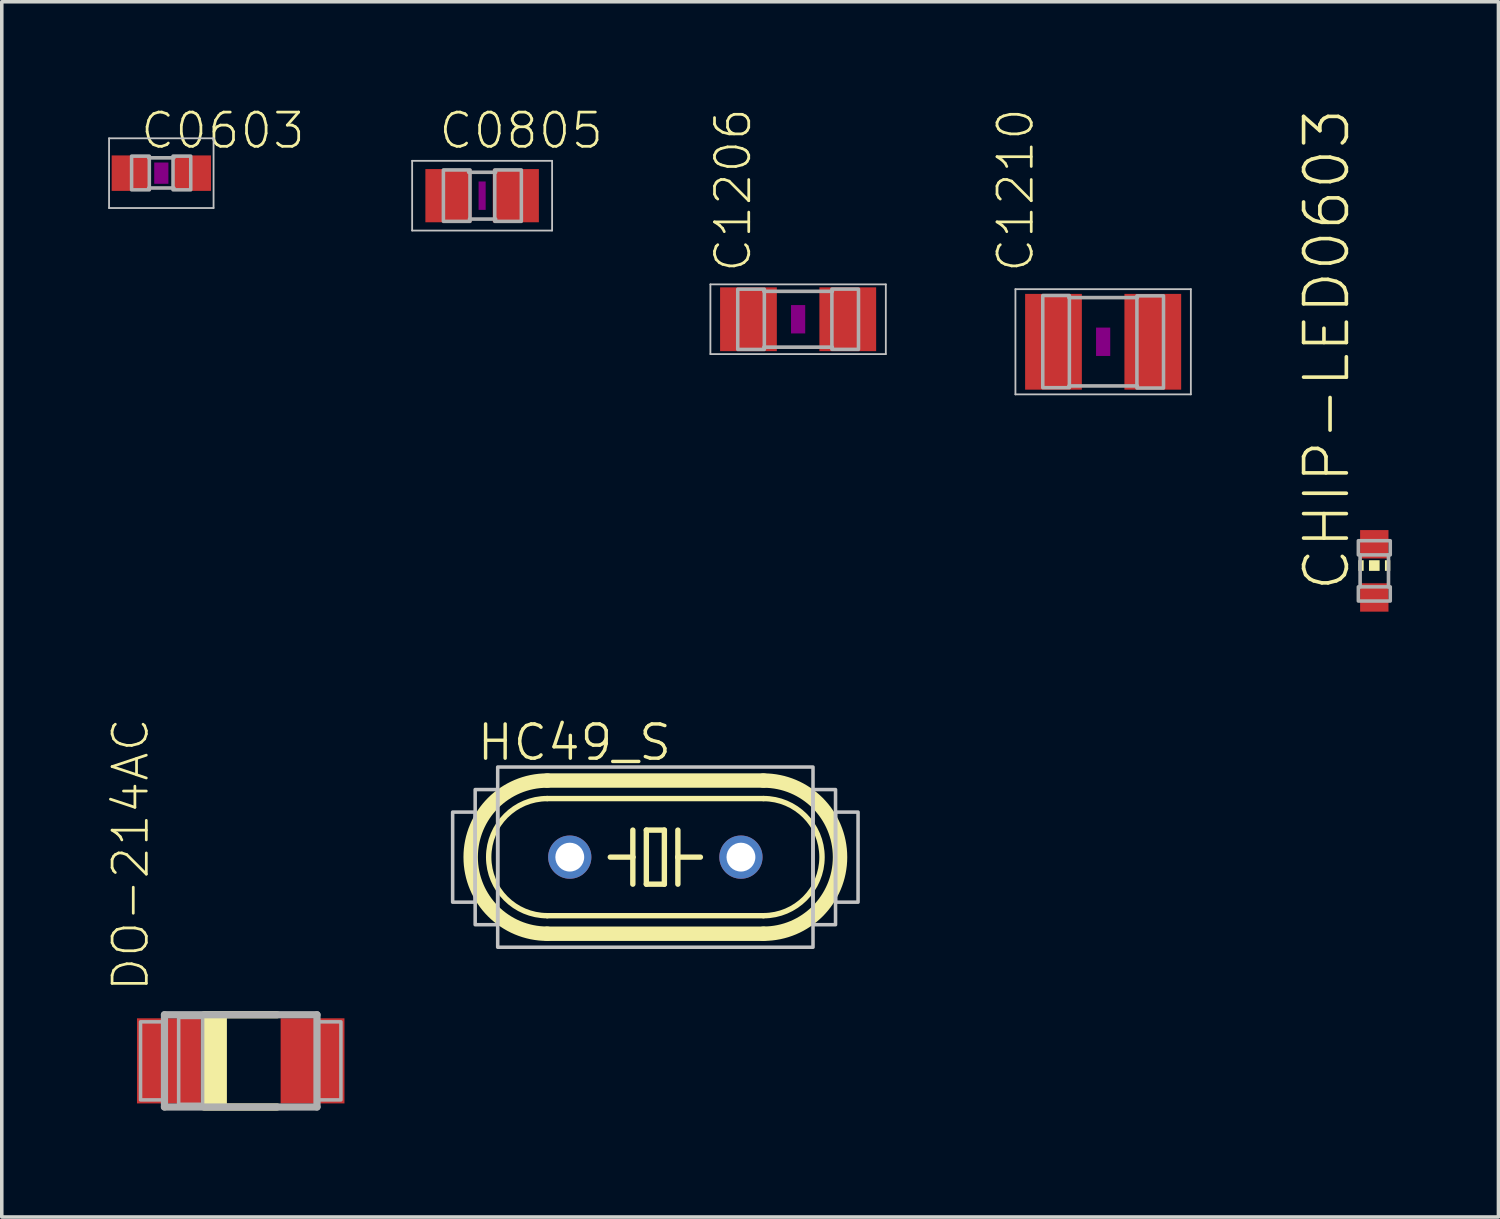
<source format=kicad_pcb>
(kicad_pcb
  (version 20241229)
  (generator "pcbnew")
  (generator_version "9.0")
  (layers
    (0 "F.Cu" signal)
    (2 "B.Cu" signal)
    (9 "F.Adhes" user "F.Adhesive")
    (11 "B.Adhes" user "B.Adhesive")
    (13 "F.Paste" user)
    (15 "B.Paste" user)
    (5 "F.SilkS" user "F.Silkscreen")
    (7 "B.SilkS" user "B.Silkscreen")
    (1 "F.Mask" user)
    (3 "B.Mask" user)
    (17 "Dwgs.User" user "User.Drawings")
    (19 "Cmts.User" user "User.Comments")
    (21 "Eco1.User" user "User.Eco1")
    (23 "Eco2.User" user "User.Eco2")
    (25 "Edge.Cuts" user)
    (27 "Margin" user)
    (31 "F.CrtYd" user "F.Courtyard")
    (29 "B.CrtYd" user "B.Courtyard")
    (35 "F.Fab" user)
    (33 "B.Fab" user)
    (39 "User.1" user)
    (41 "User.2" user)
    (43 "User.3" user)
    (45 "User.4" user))
  (footprint "DO-214AC"
    (layer "F.Cu")
    (at 3.737 26.86)
    (property "Reference" "DO-214AC" (at -2.54 -1.905 90) (layer "F.SilkS") (effects (font (size 0.965 0.965) (thickness 0.077)) (justify left bottom)))
    (attr through_hole)
    (fp_line (start -1.035 -1.3) (end 1.025 -1.3) (stroke (width 0.203) (type solid)) (layer "F.SilkS"))
    (fp_line (start 1.025 1.3) (end -1.035 1.3) (stroke (width 0.203) (type solid)) (layer "F.SilkS"))
    (fp_poly (pts (xy -1.065 1.225) (xy -0.39 1.225) (xy -0.39 -1.225) (xy -1.065 -1.225)) (stroke (width 0) (type solid)) (fill yes) (layer "F.SilkS"))
    (fp_line (start -2.15 -1.3) (end 2.15 -1.3) (stroke (width 0.203) (type solid)) (layer "F.Fab"))
    (fp_line (start -2.15 1.3) (end -2.15 -1.3) (stroke (width 0.203) (type solid)) (layer "F.Fab"))
    (fp_line (start 2.15 -1.3) (end 2.15 1.3) (stroke (width 0.203) (type solid)) (layer "F.Fab"))
    (fp_line (start 2.15 1.3) (end -2.15 1.3) (stroke (width 0.203) (type solid)) (layer "F.Fab"))
    (fp_poly (pts (xy -2.825 1.1) (xy -2.175 1.1) (xy -2.175 -1.1) (xy -2.825 -1.1)) (stroke (width 0.1) (type solid)) (fill no) (layer "F.Fab"))
    (fp_poly (pts (xy -1.75 1.225) (xy -1.075 1.225) (xy -1.075 -1.225) (xy -1.75 -1.225)) (stroke (width 0.1) (type solid)) (fill no) (layer "F.Fab"))
    (fp_poly (pts (xy 2.825 -1.1) (xy 2.175 -1.1) (xy 2.175 1.1) (xy 2.825 1.1)) (stroke (width 0.1) (type solid)) (fill no) (layer "F.Fab"))
    (pad "A" smd rect (at 2.025 0 180) (size 1.8 2.4) (layers "F.Cu" "F.Mask" "F.Paste"))
    (pad "C" smd rect (at -2.025 0) (size 1.8 2.4) (layers "F.Cu" "F.Mask" "F.Paste")))
  (footprint "HC49_S"
    (layer "F.Cu")
    (at 15.427 21.116)
    (property "Reference" "HC49_S" (at -5.08 -2.667 180) (layer "F.SilkS") (effects (font (size 0.965 0.965) (thickness 0.097)) (justify left bottom)))
    (attr through_hole)
    (fp_line (start -3.048 -2.159) (end 3.048 -2.159) (stroke (width 0.406) (type solid)) (layer "F.SilkS"))
    (fp_line (start -3.048 1.651) (end 3.048 1.651) (stroke (width 0.152) (type solid)) (layer "F.SilkS"))
    (fp_line (start -3.048 2.159) (end 3.048 2.159) (stroke (width 0.406) (type solid)) (layer "F.SilkS"))
    (fp_line (start -0.635 -0.762) (end -0.635 0) (stroke (width 0.152) (type solid)) (layer "F.SilkS"))
    (fp_line (start -0.635 0) (end -1.27 0) (stroke (width 0.152) (type solid)) (layer "F.SilkS"))
    (fp_line (start -0.635 0) (end -0.635 0.762) (stroke (width 0.152) (type solid)) (layer "F.SilkS"))
    (fp_line (start -0.254 -0.762) (end 0.254 -0.762) (stroke (width 0.152) (type solid)) (layer "F.SilkS"))
    (fp_line (start -0.254 0.762) (end -0.254 -0.762) (stroke (width 0.152) (type solid)) (layer "F.SilkS"))
    (fp_line (start 0.254 -0.762) (end 0.254 0.762) (stroke (width 0.152) (type solid)) (layer "F.SilkS"))
    (fp_line (start 0.254 0.762) (end -0.254 0.762) (stroke (width 0.152) (type solid)) (layer "F.SilkS"))
    (fp_line (start 0.635 -0.762) (end 0.635 0) (stroke (width 0.152) (type solid)) (layer "F.SilkS"))
    (fp_line (start 0.635 0) (end 0.635 0.762) (stroke (width 0.152) (type solid)) (layer "F.SilkS"))
    (fp_line (start 0.635 0) (end 1.27 0) (stroke (width 0.152) (type solid)) (layer "F.SilkS"))
    (fp_line (start 3.048 -1.651) (end -3.048 -1.651) (stroke (width 0.152) (type solid)) (layer "F.SilkS"))
    (fp_arc (start -3.048 1.651) (mid -4.699 0) (end -3.048 -1.651) (stroke (width 0.1524) (type solid)) (layer "F.SilkS"))
    (fp_arc (start -3.048 2.159) (mid -5.207 0) (end -3.048 -2.159) (stroke (width 0.4064) (type solid)) (layer "F.SilkS"))
    (fp_arc (start 3.048 -2.159) (mid 5.207 0) (end 3.048 2.159) (stroke (width 0.4064) (type solid)) (layer "F.SilkS"))
    (fp_arc (start 3.048 -1.651) (mid 4.699 0) (end 3.048 1.651) (stroke (width 0.1524) (type solid)) (layer "F.SilkS"))
    (fp_poly (pts (xy -5.715 1.27) (xy -5.08 1.27) (xy -5.08 -1.27) (xy -5.715 -1.27)) (stroke (width 0.1) (type solid)) (fill no) (layer "Dwgs.User"))
    (fp_poly (pts (xy -5.08 1.905) (xy -4.445 1.905) (xy -4.445 -1.905) (xy -5.08 -1.905)) (stroke (width 0.1) (type solid)) (fill no) (layer "Dwgs.User"))
    (fp_poly (pts (xy -4.445 2.54) (xy 4.445 2.54) (xy 4.445 -2.54) (xy -4.445 -2.54)) (stroke (width 0.1) (type solid)) (fill no) (layer "Dwgs.User"))
    (fp_poly (pts (xy 4.445 1.905) (xy 5.08 1.905) (xy 5.08 -1.905) (xy 4.445 -1.905)) (stroke (width 0.1) (type solid)) (fill no) (layer "Dwgs.User"))
    (fp_poly (pts (xy 5.08 1.27) (xy 5.715 1.27) (xy 5.715 -1.27) (xy 5.08 -1.27)) (stroke (width 0.1) (type solid)) (fill no) (layer "Dwgs.User"))
    (pad "1" thru_hole circle (at -2.413 0) (size 1.219 1.219) (drill 0.813) (layers "*.Cu" "*.Mask"))
    (pad "2" thru_hole circle (at 2.413 0) (size 1.219 1.219) (drill 0.813) (layers "*.Cu" "*.Mask")))
  (footprint "CHIP-LED0603"
    (layer "F.Cu")
    (at 35.697 13.045)
    (property "Reference" "CHIP-LED0603" (at -0.635 0.635 90) (layer "F.SilkS") (effects (font (size 1.206 1.206) (thickness 0.102)) (justify left bottom)))
    (attr through_hole)
    (fp_poly (pts (xy -0.45 0) (xy -0.3 0) (xy -0.3 -0.3) (xy -0.45 -0.3)) (stroke (width 0) (type solid)) (fill yes) (layer "F.SilkS"))
    (fp_poly (pts (xy -0.15 0) (xy 0.15 0) (xy 0.15 -0.3) (xy -0.15 -0.3)) (stroke (width 0) (type solid)) (fill yes) (layer "F.SilkS"))
    (fp_poly (pts (xy 0.3 0) (xy 0.45 0) (xy 0.45 -0.3) (xy 0.3 -0.3)) (stroke (width 0) (type solid)) (fill yes) (layer "F.SilkS"))
    (fp_line (start -0.4 -0.45) (end -0.4 0.45) (stroke (width 0.102) (type solid)) (layer "F.Fab"))
    (fp_line (start 0.4 -0.45) (end 0.4 0.45) (stroke (width 0.102) (type solid)) (layer "F.Fab"))
    (fp_poly (pts (xy -0.45 -0.45) (xy 0.45 -0.45) (xy 0.45 -0.85) (xy -0.45 -0.85)) (stroke (width 0.1) (type solid)) (fill no) (layer "F.Fab"))
    (fp_poly (pts (xy -0.45 0.85) (xy 0.45 0.85) (xy 0.45 0.45) (xy -0.45 0.45)) (stroke (width 0.1) (type solid)) (fill no) (layer "F.Fab"))
    (pad "A" smd rect (at 0 0.75) (size 0.8 0.8) (layers "F.Cu" "F.Mask" "F.Paste"))
    (pad "C" smd rect (at 0 -0.75) (size 0.8 0.8) (layers "F.Cu" "F.Mask" "F.Paste")))
  (footprint "C1210"
    (layer "F.Cu")
    (at 28.052 6.586)
    (property "Reference" "C1210" (at -1.905 -1.905 90) (layer "F.SilkS") (effects (font (size 0.965 0.965) (thickness 0.077)) (justify left bottom)))
    (attr through_hole)
    (fp_poly (pts (xy -0.2 0.4) (xy 0.2 0.4) (xy 0.2 -0.4) (xy -0.2 -0.4)) (stroke (width 0) (type solid)) (fill yes) (layer "F.Adhes"))
    (fp_line (start -2.473 -1.483) (end 2.473 -1.483) (stroke (width 0.051) (type solid)) (layer "Dwgs.User"))
    (fp_line (start -2.473 1.483) (end -2.473 -1.483) (stroke (width 0.051) (type solid)) (layer "Dwgs.User"))
    (fp_line (start 2.473 -1.483) (end 2.473 1.483) (stroke (width 0.051) (type solid)) (layer "Dwgs.User"))
    (fp_line (start 2.473 1.483) (end -2.473 1.483) (stroke (width 0.051) (type solid)) (layer "Dwgs.User"))
    (fp_line (start -0.965 -1.245) (end 0.965 -1.245) (stroke (width 0.102) (type solid)) (layer "F.Fab"))
    (fp_line (start -0.965 1.245) (end 0.965 1.245) (stroke (width 0.102) (type solid)) (layer "F.Fab"))
    (fp_poly (pts (xy -1.702 1.295) (xy -0.952 1.295) (xy -0.952 -1.304) (xy -1.702 -1.304)) (stroke (width 0.1) (type solid)) (fill no) (layer "F.Fab"))
    (fp_poly (pts (xy 0.952 1.304) (xy 1.702 1.304) (xy 1.702 -1.295) (xy 0.952 -1.295)) (stroke (width 0.1) (type solid)) (fill no) (layer "F.Fab"))
    (pad "1" smd rect (at -1.4 0) (size 1.6 2.7) (layers "F.Cu" "F.Mask" "F.Paste"))
    (pad "2" smd rect (at 1.4 0) (size 1.6 2.7) (layers "F.Cu" "F.Mask" "F.Paste")))
  (footprint "C0805"
    (layer "F.Cu")
    (at 10.543 2.467)
    (property "Reference" "C0805" (at -1.27 -1.27 0) (layer "F.SilkS") (effects (font (size 0.965 0.965) (thickness 0.077)) (justify left bottom)))
    (attr through_hole)
    (fp_poly (pts (xy -0.1 0.4) (xy 0.1 0.4) (xy 0.1 -0.4) (xy -0.1 -0.4)) (stroke (width 0) (type solid)) (fill yes) (layer "F.Adhes"))
    (fp_line (start -1.973 -0.983) (end 1.973 -0.983) (stroke (width 0.051) (type solid)) (layer "Dwgs.User"))
    (fp_line (start -1.973 0.983) (end -1.973 -0.983) (stroke (width 0.051) (type solid)) (layer "Dwgs.User"))
    (fp_line (start 1.973 -0.983) (end 1.973 0.983) (stroke (width 0.051) (type solid)) (layer "Dwgs.User"))
    (fp_line (start 1.973 0.983) (end -1.973 0.983) (stroke (width 0.051) (type solid)) (layer "Dwgs.User"))
    (fp_line (start -0.381 -0.66) (end 0.381 -0.66) (stroke (width 0.102) (type solid)) (layer "F.Fab"))
    (fp_line (start -0.356 0.66) (end 0.381 0.66) (stroke (width 0.102) (type solid)) (layer "F.Fab"))
    (fp_poly (pts (xy -1.092 0.724) (xy -0.342 0.724) (xy -0.342 -0.726) (xy -1.092 -0.726)) (stroke (width 0.1) (type solid)) (fill no) (layer "F.Fab"))
    (fp_poly (pts (xy 0.356 0.724) (xy 1.106 0.724) (xy 1.106 -0.726) (xy 0.356 -0.726)) (stroke (width 0.1) (type solid)) (fill no) (layer "F.Fab"))
    (pad "1" smd rect (at -0.95 0) (size 1.3 1.5) (layers "F.Cu" "F.Mask" "F.Paste"))
    (pad "2" smd rect (at 0.95 0) (size 1.3 1.5) (layers "F.Cu" "F.Mask" "F.Paste")))
  (footprint "C0603"
    (layer "F.Cu")
    (at 1.498 1.832)
    (property "Reference" "C0603" (at -0.635 -0.635 0) (layer "F.SilkS") (effects (font (size 0.965 0.965) (thickness 0.077)) (justify left bottom)))
    (attr through_hole)
    (fp_poly (pts (xy -0.2 0.3) (xy 0.2 0.3) (xy 0.2 -0.3) (xy -0.2 -0.3)) (stroke (width 0) (type solid)) (fill yes) (layer "F.Adhes"))
    (fp_line (start -1.473 -0.983) (end 1.473 -0.983) (stroke (width 0.051) (type solid)) (layer "Dwgs.User"))
    (fp_line (start -1.473 0.983) (end -1.473 -0.983) (stroke (width 0.051) (type solid)) (layer "Dwgs.User"))
    (fp_line (start 1.473 -0.983) (end 1.473 0.983) (stroke (width 0.051) (type solid)) (layer "Dwgs.User"))
    (fp_line (start 1.473 0.983) (end -1.473 0.983) (stroke (width 0.051) (type solid)) (layer "Dwgs.User"))
    (fp_line (start -0.356 -0.432) (end 0.356 -0.432) (stroke (width 0.102) (type solid)) (layer "F.Fab"))
    (fp_line (start -0.356 0.419) (end 0.356 0.419) (stroke (width 0.102) (type solid)) (layer "F.Fab"))
    (fp_poly (pts (xy -0.838 0.47) (xy -0.338 0.47) (xy -0.338 -0.48) (xy -0.838 -0.48)) (stroke (width 0.1) (type solid)) (fill no) (layer "F.Fab"))
    (fp_poly (pts (xy 0.33 0.47) (xy 0.83 0.47) (xy 0.83 -0.48) (xy 0.33 -0.48)) (stroke (width 0.1) (type solid)) (fill no) (layer "F.Fab"))
    (pad "1" smd rect (at -0.85 0) (size 1.1 1) (layers "F.Cu" "F.Mask" "F.Paste"))
    (pad "2" smd rect (at 0.85 0) (size 1.1 1) (layers "F.Cu" "F.Mask" "F.Paste")))
  (footprint "C1206"
    (layer "F.Cu")
    (at 19.452 5.951)
    (property "Reference" "C1206" (at -1.27 -1.27 90) (layer "F.SilkS") (effects (font (size 0.965 0.965) (thickness 0.077)) (justify left bottom)))
    (attr through_hole)
    (fp_poly (pts (xy -0.2 0.4) (xy 0.2 0.4) (xy 0.2 -0.4) (xy -0.2 -0.4)) (stroke (width 0) (type solid)) (fill yes) (layer "F.Adhes"))
    (fp_line (start -2.473 -0.983) (end 2.473 -0.983) (stroke (width 0.051) (type solid)) (layer "Dwgs.User"))
    (fp_line (start -2.473 0.983) (end -2.473 -0.983) (stroke (width 0.051) (type solid)) (layer "Dwgs.User"))
    (fp_line (start 2.473 -0.983) (end 2.473 0.983) (stroke (width 0.051) (type solid)) (layer "Dwgs.User"))
    (fp_line (start 2.473 0.983) (end -2.473 0.983) (stroke (width 0.051) (type solid)) (layer "Dwgs.User"))
    (fp_line (start -0.965 -0.787) (end 0.965 -0.787) (stroke (width 0.102) (type solid)) (layer "F.Fab"))
    (fp_line (start -0.965 0.787) (end 0.965 0.787) (stroke (width 0.102) (type solid)) (layer "F.Fab"))
    (fp_poly (pts (xy -1.702 0.851) (xy -0.952 0.851) (xy -0.952 -0.849) (xy -1.702 -0.849)) (stroke (width 0.1) (type solid)) (fill no) (layer "F.Fab"))
    (fp_poly (pts (xy 0.952 0.849) (xy 1.702 0.849) (xy 1.702 -0.851) (xy 0.952 -0.851)) (stroke (width 0.1) (type solid)) (fill no) (layer "F.Fab"))
    (pad "1" smd rect (at -1.4 0) (size 1.6 1.8) (layers "F.Cu" "F.Mask" "F.Paste"))
    (pad "2" smd rect (at 1.4 0) (size 1.6 1.8) (layers "F.Cu" "F.Mask" "F.Paste")))
  (gr_rect
    (start -3 -3)
    (end 39.197 31.262)
    (stroke (width 0.1) (type default))
    (fill no)
    (layer "Edge.Cuts")))
</source>
